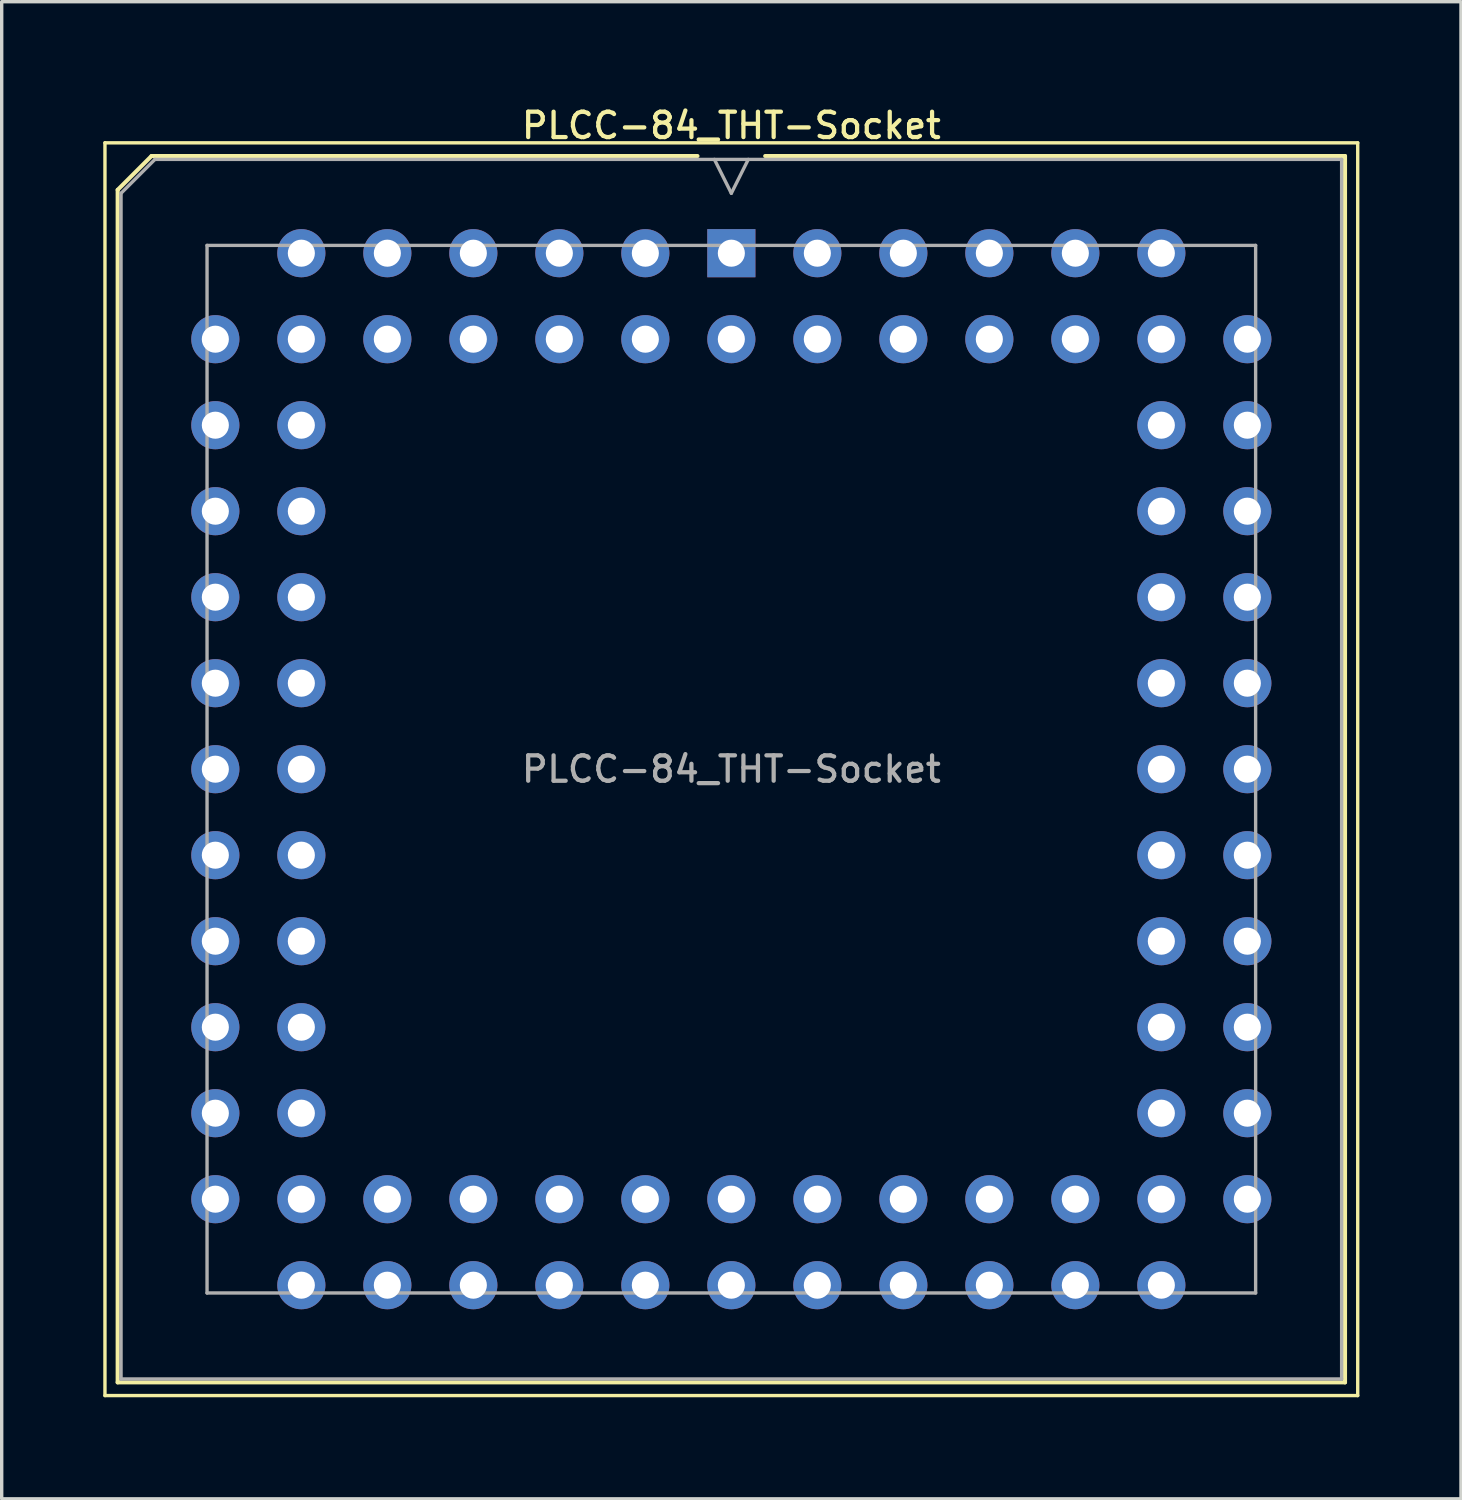
<source format=kicad_pcb>
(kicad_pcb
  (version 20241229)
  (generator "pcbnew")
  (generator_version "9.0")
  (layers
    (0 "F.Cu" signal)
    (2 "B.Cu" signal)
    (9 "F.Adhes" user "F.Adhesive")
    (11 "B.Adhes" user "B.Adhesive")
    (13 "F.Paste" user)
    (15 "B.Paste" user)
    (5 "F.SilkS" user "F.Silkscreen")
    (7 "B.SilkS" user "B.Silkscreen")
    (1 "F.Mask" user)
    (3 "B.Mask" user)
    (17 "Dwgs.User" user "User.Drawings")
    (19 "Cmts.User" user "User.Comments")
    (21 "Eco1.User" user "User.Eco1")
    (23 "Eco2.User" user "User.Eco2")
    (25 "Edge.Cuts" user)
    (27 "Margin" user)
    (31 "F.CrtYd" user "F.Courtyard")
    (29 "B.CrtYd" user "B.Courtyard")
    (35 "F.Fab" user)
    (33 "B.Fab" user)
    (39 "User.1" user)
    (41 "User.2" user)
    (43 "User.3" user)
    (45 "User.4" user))
  (footprint "PLCC-84_THT-Socket"
    (layer "F.Cu")
    (at 18.55 4.428)
    (property "Reference" "PLCC-84_THT-Socket" (at 0 -3.77 0) (layer "F.SilkS") (effects (font (size 0.75 0.75) (thickness 0.125))))
    (attr through_hole)
    (fp_line (start -18.5 -3.26) (end -18.5 33.74) (stroke (width 0.1) (type solid)) (layer "F.SilkS"))
    (fp_line (start -18.5 33.74) (end 18.5 33.74) (stroke (width 0.1) (type solid)) (layer "F.SilkS"))
    (fp_line (start -18.125 -1.87) (end -18.125 33.35) (stroke (width 0.12) (type solid)) (layer "F.SilkS"))
    (fp_line (start -18.125 33.35) (end 18.125 33.35) (stroke (width 0.12) (type solid)) (layer "F.SilkS"))
    (fp_line (start -17.125 -2.87) (end -18.125 -1.87) (stroke (width 0.12) (type solid)) (layer "F.SilkS"))
    (fp_line (start -1 -2.87) (end -17.125 -2.87) (stroke (width 0.12) (type solid)) (layer "F.SilkS"))
    (fp_line (start 18.125 -2.87) (end 1 -2.87) (stroke (width 0.12) (type solid)) (layer "F.SilkS"))
    (fp_line (start 18.125 33.35) (end 18.125 -2.87) (stroke (width 0.12) (type solid)) (layer "F.SilkS"))
    (fp_line (start 18.5 -3.26) (end -18.5 -3.26) (stroke (width 0.1) (type solid)) (layer "F.SilkS"))
    (fp_line (start 18.5 33.74) (end 18.5 -3.26) (stroke (width 0.1) (type solid)) (layer "F.SilkS"))
    (fp_line (start -18.025 -1.77) (end -18.025 33.25) (stroke (width 0.1) (type solid)) (layer "F.Fab"))
    (fp_line (start -18.025 33.25) (end 18.025 33.25) (stroke (width 0.1) (type solid)) (layer "F.Fab"))
    (fp_line (start -17.025 -2.77) (end -18.025 -1.77) (stroke (width 0.1) (type solid)) (layer "F.Fab"))
    (fp_line (start -15.485 -0.23) (end -15.485 30.71) (stroke (width 0.1) (type solid)) (layer "F.Fab"))
    (fp_line (start -15.485 30.71) (end 15.485 30.71) (stroke (width 0.1) (type solid)) (layer "F.Fab"))
    (fp_line (start -0.5 -2.77) (end 0 -1.77) (stroke (width 0.1) (type solid)) (layer "F.Fab"))
    (fp_line (start 0 -1.77) (end 0.5 -2.77) (stroke (width 0.1) (type solid)) (layer "F.Fab"))
    (fp_line (start 15.485 -0.23) (end -15.485 -0.23) (stroke (width 0.1) (type solid)) (layer "F.Fab"))
    (fp_line (start 15.485 30.71) (end 15.485 -0.23) (stroke (width 0.1) (type solid)) (layer "F.Fab"))
    (fp_line (start 18.025 -2.77) (end -17.025 -2.77) (stroke (width 0.1) (type solid)) (layer "F.Fab"))
    (fp_line (start 18.025 33.25) (end 18.025 -2.77) (stroke (width 0.1) (type solid)) (layer "F.Fab"))
    (fp_text user "${REFERENCE}" (at 0 15.24 0) (layer "F.Fab") (effects (font (size 0.75 0.75) (thickness 0.125))))
    (pad "1" thru_hole rect (at 0 0) (size 1.422 1.422) (drill 0.8) (layers "*.Cu" "*.Mask"))
    (pad "2" thru_hole circle (at 0 2.54) (size 1.422 1.422) (drill 0.8) (layers "*.Cu" "*.Mask"))
    (pad "3" thru_hole circle (at -2.54 0) (size 1.422 1.422) (drill 0.8) (layers "*.Cu" "*.Mask"))
    (pad "4" thru_hole circle (at -2.54 2.54) (size 1.422 1.422) (drill 0.8) (layers "*.Cu" "*.Mask"))
    (pad "5" thru_hole circle (at -5.08 0) (size 1.422 1.422) (drill 0.8) (layers "*.Cu" "*.Mask"))
    (pad "6" thru_hole circle (at -5.08 2.54) (size 1.422 1.422) (drill 0.8) (layers "*.Cu" "*.Mask"))
    (pad "7" thru_hole circle (at -7.62 0) (size 1.422 1.422) (drill 0.8) (layers "*.Cu" "*.Mask"))
    (pad "8" thru_hole circle (at -7.62 2.54) (size 1.422 1.422) (drill 0.8) (layers "*.Cu" "*.Mask"))
    (pad "9" thru_hole circle (at -10.16 0) (size 1.422 1.422) (drill 0.8) (layers "*.Cu" "*.Mask"))
    (pad "10" thru_hole circle (at -10.16 2.54) (size 1.422 1.422) (drill 0.8) (layers "*.Cu" "*.Mask"))
    (pad "11" thru_hole circle (at -12.7 0) (size 1.422 1.422) (drill 0.8) (layers "*.Cu" "*.Mask"))
    (pad "12" thru_hole circle (at -15.24 2.54) (size 1.422 1.422) (drill 0.8) (layers "*.Cu" "*.Mask"))
    (pad "13" thru_hole circle (at -12.7 2.54) (size 1.422 1.422) (drill 0.8) (layers "*.Cu" "*.Mask"))
    (pad "14" thru_hole circle (at -15.24 5.08) (size 1.422 1.422) (drill 0.8) (layers "*.Cu" "*.Mask"))
    (pad "15" thru_hole circle (at -12.7 5.08) (size 1.422 1.422) (drill 0.8) (layers "*.Cu" "*.Mask"))
    (pad "16" thru_hole circle (at -15.24 7.62) (size 1.422 1.422) (drill 0.8) (layers "*.Cu" "*.Mask"))
    (pad "17" thru_hole circle (at -12.7 7.62) (size 1.422 1.422) (drill 0.8) (layers "*.Cu" "*.Mask"))
    (pad "18" thru_hole circle (at -15.24 10.16) (size 1.422 1.422) (drill 0.8) (layers "*.Cu" "*.Mask"))
    (pad "19" thru_hole circle (at -12.7 10.16) (size 1.422 1.422) (drill 0.8) (layers "*.Cu" "*.Mask"))
    (pad "20" thru_hole circle (at -15.24 12.7) (size 1.422 1.422) (drill 0.8) (layers "*.Cu" "*.Mask"))
    (pad "21" thru_hole circle (at -12.7 12.7) (size 1.422 1.422) (drill 0.8) (layers "*.Cu" "*.Mask"))
    (pad "22" thru_hole circle (at -15.24 15.24) (size 1.422 1.422) (drill 0.8) (layers "*.Cu" "*.Mask"))
    (pad "23" thru_hole circle (at -12.7 15.24) (size 1.422 1.422) (drill 0.8) (layers "*.Cu" "*.Mask"))
    (pad "24" thru_hole circle (at -15.24 17.78) (size 1.422 1.422) (drill 0.8) (layers "*.Cu" "*.Mask"))
    (pad "25" thru_hole circle (at -12.7 17.78) (size 1.422 1.422) (drill 0.8) (layers "*.Cu" "*.Mask"))
    (pad "26" thru_hole circle (at -15.24 20.32) (size 1.422 1.422) (drill 0.8) (layers "*.Cu" "*.Mask"))
    (pad "27" thru_hole circle (at -12.7 20.32) (size 1.422 1.422) (drill 0.8) (layers "*.Cu" "*.Mask"))
    (pad "28" thru_hole circle (at -15.24 22.86) (size 1.422 1.422) (drill 0.8) (layers "*.Cu" "*.Mask"))
    (pad "29" thru_hole circle (at -12.7 22.86) (size 1.422 1.422) (drill 0.8) (layers "*.Cu" "*.Mask"))
    (pad "30" thru_hole circle (at -15.24 25.4) (size 1.422 1.422) (drill 0.8) (layers "*.Cu" "*.Mask"))
    (pad "31" thru_hole circle (at -12.7 25.4) (size 1.422 1.422) (drill 0.8) (layers "*.Cu" "*.Mask"))
    (pad "32" thru_hole circle (at -15.24 27.94) (size 1.422 1.422) (drill 0.8) (layers "*.Cu" "*.Mask"))
    (pad "33" thru_hole circle (at -12.7 30.48) (size 1.422 1.422) (drill 0.8) (layers "*.Cu" "*.Mask"))
    (pad "34" thru_hole circle (at -12.7 27.94) (size 1.422 1.422) (drill 0.8) (layers "*.Cu" "*.Mask"))
    (pad "35" thru_hole circle (at -10.16 30.48) (size 1.422 1.422) (drill 0.8) (layers "*.Cu" "*.Mask"))
    (pad "36" thru_hole circle (at -10.16 27.94) (size 1.422 1.422) (drill 0.8) (layers "*.Cu" "*.Mask"))
    (pad "37" thru_hole circle (at -7.62 30.48) (size 1.422 1.422) (drill 0.8) (layers "*.Cu" "*.Mask"))
    (pad "38" thru_hole circle (at -7.62 27.94) (size 1.422 1.422) (drill 0.8) (layers "*.Cu" "*.Mask"))
    (pad "39" thru_hole circle (at -5.08 30.48) (size 1.422 1.422) (drill 0.8) (layers "*.Cu" "*.Mask"))
    (pad "40" thru_hole circle (at -5.08 27.94) (size 1.422 1.422) (drill 0.8) (layers "*.Cu" "*.Mask"))
    (pad "41" thru_hole circle (at -2.54 30.48) (size 1.422 1.422) (drill 0.8) (layers "*.Cu" "*.Mask"))
    (pad "42" thru_hole circle (at -2.54 27.94) (size 1.422 1.422) (drill 0.8) (layers "*.Cu" "*.Mask"))
    (pad "43" thru_hole circle (at 0 30.48) (size 1.422 1.422) (drill 0.8) (layers "*.Cu" "*.Mask"))
    (pad "44" thru_hole circle (at 0 27.94) (size 1.422 1.422) (drill 0.8) (layers "*.Cu" "*.Mask"))
    (pad "45" thru_hole circle (at 2.54 30.48) (size 1.422 1.422) (drill 0.8) (layers "*.Cu" "*.Mask"))
    (pad "46" thru_hole circle (at 2.54 27.94) (size 1.422 1.422) (drill 0.8) (layers "*.Cu" "*.Mask"))
    (pad "47" thru_hole circle (at 5.08 30.48) (size 1.422 1.422) (drill 0.8) (layers "*.Cu" "*.Mask"))
    (pad "48" thru_hole circle (at 5.08 27.94) (size 1.422 1.422) (drill 0.8) (layers "*.Cu" "*.Mask"))
    (pad "49" thru_hole circle (at 7.62 30.48) (size 1.422 1.422) (drill 0.8) (layers "*.Cu" "*.Mask"))
    (pad "50" thru_hole circle (at 7.62 27.94) (size 1.422 1.422) (drill 0.8) (layers "*.Cu" "*.Mask"))
    (pad "51" thru_hole circle (at 10.16 30.48) (size 1.422 1.422) (drill 0.8) (layers "*.Cu" "*.Mask"))
    (pad "52" thru_hole circle (at 10.16 27.94) (size 1.422 1.422) (drill 0.8) (layers "*.Cu" "*.Mask"))
    (pad "53" thru_hole circle (at 12.7 30.48) (size 1.422 1.422) (drill 0.8) (layers "*.Cu" "*.Mask"))
    (pad "54" thru_hole circle (at 15.24 27.94) (size 1.422 1.422) (drill 0.8) (layers "*.Cu" "*.Mask"))
    (pad "55" thru_hole circle (at 12.7 27.94) (size 1.422 1.422) (drill 0.8) (layers "*.Cu" "*.Mask"))
    (pad "56" thru_hole circle (at 15.24 25.4) (size 1.422 1.422) (drill 0.8) (layers "*.Cu" "*.Mask"))
    (pad "57" thru_hole circle (at 12.7 25.4) (size 1.422 1.422) (drill 0.8) (layers "*.Cu" "*.Mask"))
    (pad "58" thru_hole circle (at 15.24 22.86) (size 1.422 1.422) (drill 0.8) (layers "*.Cu" "*.Mask"))
    (pad "59" thru_hole circle (at 12.7 22.86) (size 1.422 1.422) (drill 0.8) (layers "*.Cu" "*.Mask"))
    (pad "60" thru_hole circle (at 15.24 20.32) (size 1.422 1.422) (drill 0.8) (layers "*.Cu" "*.Mask"))
    (pad "61" thru_hole circle (at 12.7 20.32) (size 1.422 1.422) (drill 0.8) (layers "*.Cu" "*.Mask"))
    (pad "62" thru_hole circle (at 15.24 17.78) (size 1.422 1.422) (drill 0.8) (layers "*.Cu" "*.Mask"))
    (pad "63" thru_hole circle (at 12.7 17.78) (size 1.422 1.422) (drill 0.8) (layers "*.Cu" "*.Mask"))
    (pad "64" thru_hole circle (at 15.24 15.24) (size 1.422 1.422) (drill 0.8) (layers "*.Cu" "*.Mask"))
    (pad "65" thru_hole circle (at 12.7 15.24) (size 1.422 1.422) (drill 0.8) (layers "*.Cu" "*.Mask"))
    (pad "66" thru_hole circle (at 15.24 12.7) (size 1.422 1.422) (drill 0.8) (layers "*.Cu" "*.Mask"))
    (pad "67" thru_hole circle (at 12.7 12.7) (size 1.422 1.422) (drill 0.8) (layers "*.Cu" "*.Mask"))
    (pad "68" thru_hole circle (at 15.24 10.16) (size 1.422 1.422) (drill 0.8) (layers "*.Cu" "*.Mask"))
    (pad "69" thru_hole circle (at 12.7 10.16) (size 1.422 1.422) (drill 0.8) (layers "*.Cu" "*.Mask"))
    (pad "70" thru_hole circle (at 15.24 7.62) (size 1.422 1.422) (drill 0.8) (layers "*.Cu" "*.Mask"))
    (pad "71" thru_hole circle (at 12.7 7.62) (size 1.422 1.422) (drill 0.8) (layers "*.Cu" "*.Mask"))
    (pad "72" thru_hole circle (at 15.24 5.08) (size 1.422 1.422) (drill 0.8) (layers "*.Cu" "*.Mask"))
    (pad "73" thru_hole circle (at 12.7 5.08) (size 1.422 1.422) (drill 0.8) (layers "*.Cu" "*.Mask"))
    (pad "74" thru_hole circle (at 15.24 2.54) (size 1.422 1.422) (drill 0.8) (layers "*.Cu" "*.Mask"))
    (pad "75" thru_hole circle (at 12.7 0) (size 1.422 1.422) (drill 0.8) (layers "*.Cu" "*.Mask"))
    (pad "76" thru_hole circle (at 12.7 2.54) (size 1.422 1.422) (drill 0.8) (layers "*.Cu" "*.Mask"))
    (pad "77" thru_hole circle (at 10.16 0) (size 1.422 1.422) (drill 0.8) (layers "*.Cu" "*.Mask"))
    (pad "78" thru_hole circle (at 10.16 2.54) (size 1.422 1.422) (drill 0.8) (layers "*.Cu" "*.Mask"))
    (pad "79" thru_hole circle (at 7.62 0) (size 1.422 1.422) (drill 0.8) (layers "*.Cu" "*.Mask"))
    (pad "80" thru_hole circle (at 7.62 2.54) (size 1.422 1.422) (drill 0.8) (layers "*.Cu" "*.Mask"))
    (pad "81" thru_hole circle (at 5.08 0) (size 1.422 1.422) (drill 0.8) (layers "*.Cu" "*.Mask"))
    (pad "82" thru_hole circle (at 5.08 2.54) (size 1.422 1.422) (drill 0.8) (layers "*.Cu" "*.Mask"))
    (pad "83" thru_hole circle (at 2.54 0) (size 1.422 1.422) (drill 0.8) (layers "*.Cu" "*.Mask"))
    (pad "84" thru_hole circle (at 2.54 2.54) (size 1.422 1.422) (drill 0.8) (layers "*.Cu" "*.Mask")))
  (gr_rect
    (start -3 -3)
    (end 40.1 41.218)
    (stroke (width 0.1) (type default))
    (fill no)
    (layer "Edge.Cuts")))
</source>
